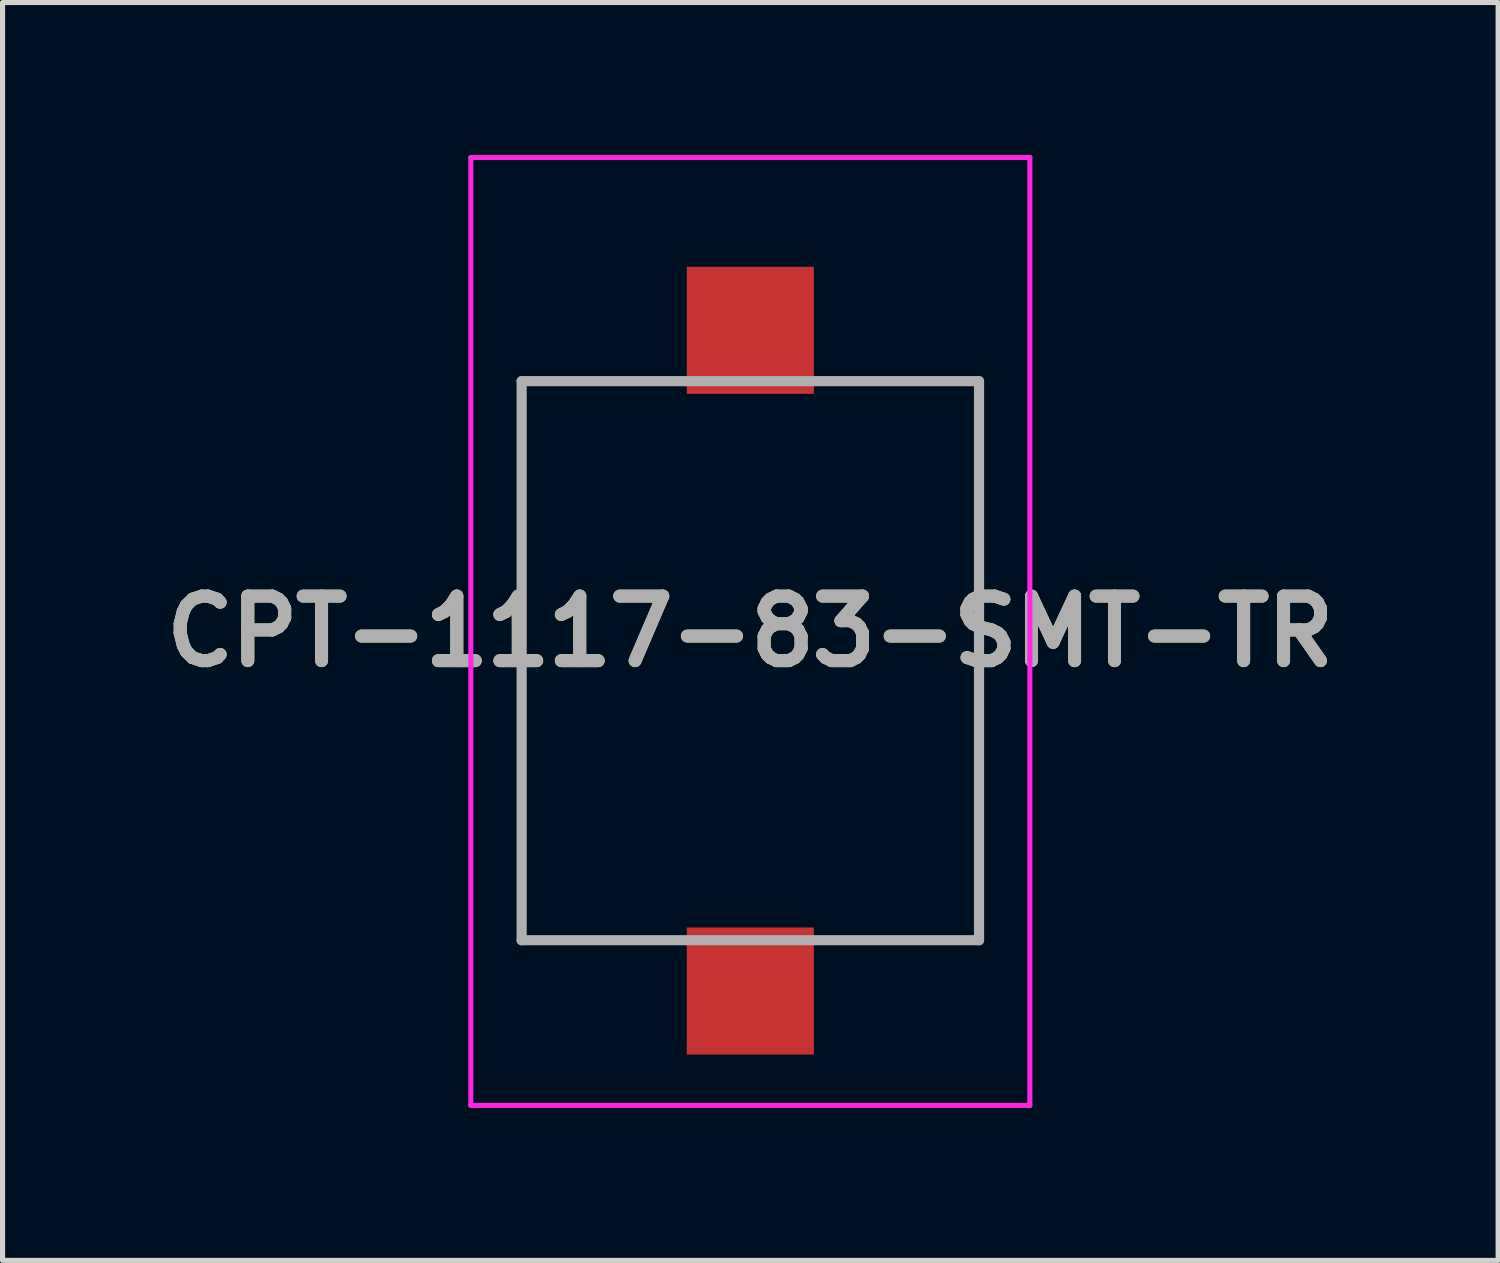
<source format=kicad_pcb>
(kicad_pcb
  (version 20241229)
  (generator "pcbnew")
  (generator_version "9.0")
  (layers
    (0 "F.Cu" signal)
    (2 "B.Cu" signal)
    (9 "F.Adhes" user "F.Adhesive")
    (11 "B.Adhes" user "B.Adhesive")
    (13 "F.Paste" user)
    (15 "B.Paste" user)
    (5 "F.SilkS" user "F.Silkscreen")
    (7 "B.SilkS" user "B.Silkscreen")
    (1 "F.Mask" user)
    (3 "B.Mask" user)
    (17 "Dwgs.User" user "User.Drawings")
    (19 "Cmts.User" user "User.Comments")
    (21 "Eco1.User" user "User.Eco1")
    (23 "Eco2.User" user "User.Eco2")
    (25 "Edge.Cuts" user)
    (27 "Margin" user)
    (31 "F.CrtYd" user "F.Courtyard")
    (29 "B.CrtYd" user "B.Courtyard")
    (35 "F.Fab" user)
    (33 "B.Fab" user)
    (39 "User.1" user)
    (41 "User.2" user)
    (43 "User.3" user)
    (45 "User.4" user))
  (footprint "CPT-1117-83-SMT-TR"
    (layer "F.Cu")
    (at 11.714 3.45)
    (property "Reference" "CPT-1117-83-SMT-TR" (at 0 5.925 0) (layer "F.SilkS") (effects (font (size 1.27 1.27) (thickness 0.254))))
    (attr smd)
    (fp_line (start -5.5 -3.4) (end 5.5 -3.4) (stroke (width 0.1) (type solid)) (layer "F.CrtYd"))
    (fp_line (start -5.5 15.25) (end -5.5 -3.4) (stroke (width 0.1) (type solid)) (layer "F.CrtYd"))
    (fp_line (start 5.5 -3.4) (end 5.5 15.25) (stroke (width 0.1) (type solid)) (layer "F.CrtYd"))
    (fp_line (start 5.5 15.25) (end -5.5 15.25) (stroke (width 0.1) (type solid)) (layer "F.CrtYd"))
    (fp_line (start -4.5 1) (end -4.5 12) (stroke (width 0.2) (type solid)) (layer "F.Fab"))
    (fp_line (start -4.5 12) (end 4.5 12) (stroke (width 0.2) (type solid)) (layer "F.Fab"))
    (fp_line (start 4.5 1) (end -4.5 1) (stroke (width 0.2) (type solid)) (layer "F.Fab"))
    (fp_line (start 4.5 12) (end 4.5 1) (stroke (width 0.2) (type solid)) (layer "F.Fab"))
    (fp_text user "${REFERENCE}" (at 0 5.925 0) (layer "F.Fab") (effects (font (size 1.27 1.27) (thickness 0.254))))
    (pad "1" smd rect (at 0 0) (size 2.5 2.5) (layers "F.Cu" "F.Mask" "F.Paste"))
    (pad "2" smd rect (at 0 13) (size 2.5 2.5) (layers "F.Cu" "F.Mask" "F.Paste")))
  (gr_rect
    (start -3 -3)
    (end 26.428 21.75)
    (stroke (width 0.1) (type default))
    (fill no)
    (layer "Edge.Cuts")))
</source>
